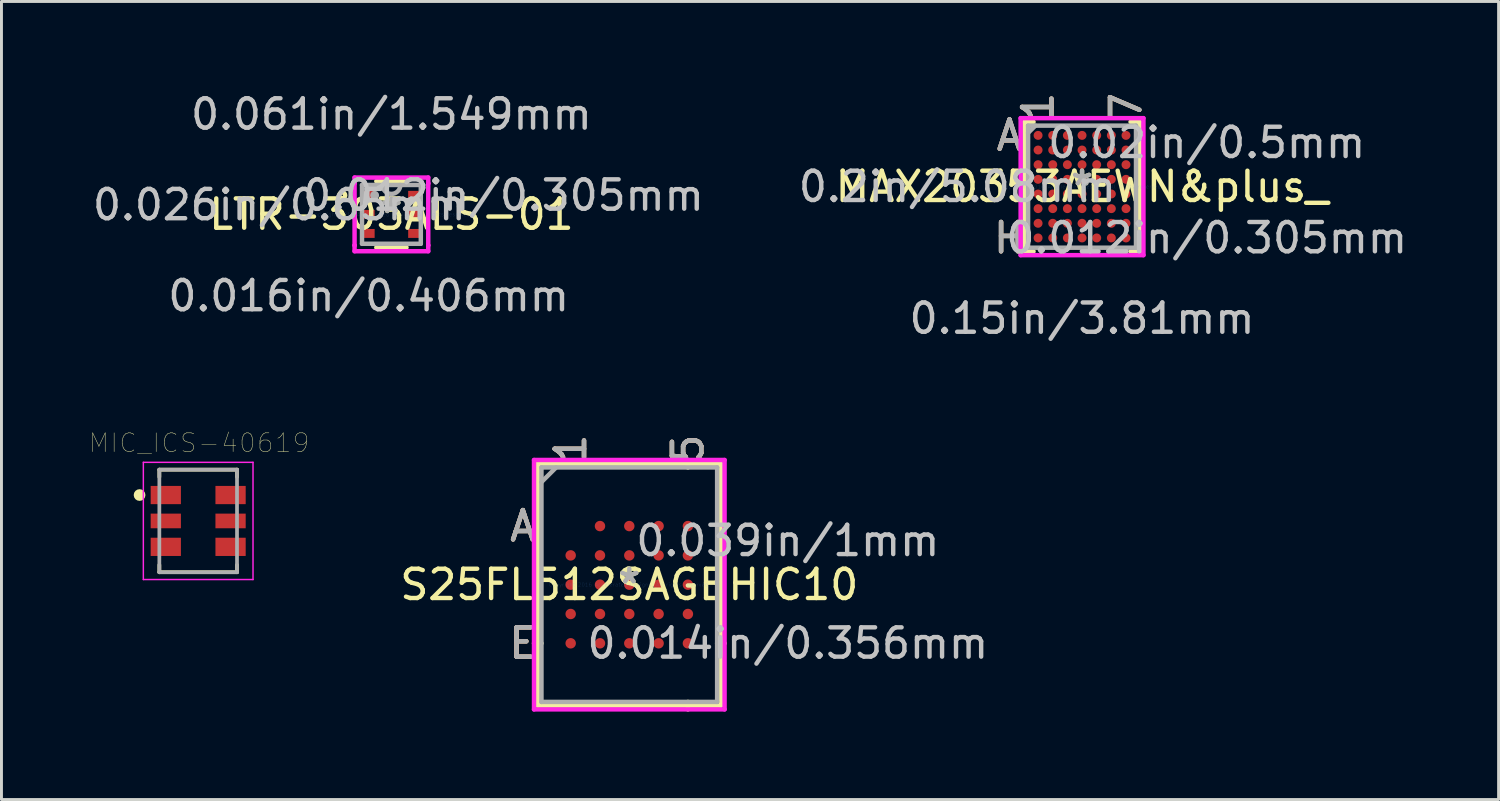
<source format=kicad_pcb>
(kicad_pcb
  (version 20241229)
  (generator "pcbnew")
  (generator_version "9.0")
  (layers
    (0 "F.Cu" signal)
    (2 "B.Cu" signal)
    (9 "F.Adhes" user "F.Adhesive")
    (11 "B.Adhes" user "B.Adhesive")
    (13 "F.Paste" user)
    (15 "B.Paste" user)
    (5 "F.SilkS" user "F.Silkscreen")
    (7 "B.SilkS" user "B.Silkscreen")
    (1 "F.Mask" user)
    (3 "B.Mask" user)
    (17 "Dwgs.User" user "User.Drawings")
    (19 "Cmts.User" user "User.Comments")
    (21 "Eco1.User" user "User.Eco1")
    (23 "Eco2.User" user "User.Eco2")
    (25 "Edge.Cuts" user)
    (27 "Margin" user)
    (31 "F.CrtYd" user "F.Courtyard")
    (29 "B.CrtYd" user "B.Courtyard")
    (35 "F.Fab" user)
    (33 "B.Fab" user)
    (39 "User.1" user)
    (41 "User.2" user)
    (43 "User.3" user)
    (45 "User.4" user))
  (footprint "MAX20353AEWN&plus_"
    (layer "F.Cu")
    (at 33.87 3.319)
    (property "Reference" "MAX20353AEWN&plus_" (at 0 0 0) (layer "F.SilkS") (effects (font (size 1 1) (thickness 0.15))))
    (attr through_hole)
    (fp_line (start -1.968 -2.21) (end -1.968 2.21) (stroke (width 0.152) (type solid)) (layer "F.SilkS"))
    (fp_line (start -1.968 2.21) (end -1.655 2.21) (stroke (width 0.152) (type solid)) (layer "F.SilkS"))
    (fp_line (start -1.655 -2.21) (end -1.968 -2.21) (stroke (width 0.152) (type solid)) (layer "F.SilkS"))
    (fp_line (start 1.655 2.21) (end 1.968 2.21) (stroke (width 0.152) (type solid)) (layer "F.SilkS"))
    (fp_line (start 1.968 -2.21) (end 1.655 -2.21) (stroke (width 0.152) (type solid)) (layer "F.SilkS"))
    (fp_line (start 1.968 2.21) (end 1.968 -2.21) (stroke (width 0.152) (type solid)) (layer "F.SilkS"))
    (fp_line (start -2.095 -2.337) (end 2.095 -2.337) (stroke (width 0.152) (type solid)) (layer "F.CrtYd"))
    (fp_line (start -2.095 2.337) (end -2.095 -2.337) (stroke (width 0.152) (type solid)) (layer "F.CrtYd"))
    (fp_line (start 2.095 -2.337) (end 2.095 2.337) (stroke (width 0.152) (type solid)) (layer "F.CrtYd"))
    (fp_line (start 2.095 2.337) (end -2.095 2.337) (stroke (width 0.152) (type solid)) (layer "F.CrtYd"))
    (fp_line (start -1.841 -2.083) (end -1.841 2.083) (stroke (width 0.152) (type solid)) (layer "F.Fab"))
    (fp_line (start -1.841 2.083) (end 1.841 2.083) (stroke (width 0.152) (type solid)) (layer "F.Fab"))
    (fp_line (start -1.591 -2.083) (end -1.841 -1.833) (stroke (width 0.152) (type solid)) (layer "F.Fab"))
    (fp_line (start 1.841 -2.083) (end -1.841 -2.083) (stroke (width 0.152) (type solid)) (layer "F.Fab"))
    (fp_line (start 1.841 2.083) (end 1.841 -2.083) (stroke (width 0.152) (type solid)) (layer "F.Fab"))
    (fp_text user "*" (at 0 0 0) (layer "F.SilkS") (effects (font (size 1 1) (thickness 0.15))))
    (fp_text user "1" (at -1.5 -2.718 90) (layer "F.SilkS") (effects (font (size 1 1) (thickness 0.15))))
    (fp_text user "7" (at 1.5 -2.718 90) (layer "F.SilkS") (effects (font (size 1 1) (thickness 0.15))))
    (fp_text user "H" (at -2.477 1.75 0) (layer "F.SilkS") (effects (font (size 1 1) (thickness 0.15))))
    (fp_text user "A" (at -2.477 -1.75 0) (layer "F.SilkS") (effects (font (size 1 1) (thickness 0.15))))
    (fp_text user "7" (at 1.5 -2.718 90) (layer "B.SilkS") (effects (font (size 1 1) (thickness 0.15))))
    (fp_text user "H" (at -2.477 1.75 0) (layer "B.SilkS") (effects (font (size 1 1) (thickness 0.15))))
    (fp_text user "1" (at -1.5 -2.718 90) (layer "B.SilkS") (effects (font (size 1 1) (thickness 0.15))))
    (fp_text user "A" (at -2.477 -1.75 0) (layer "B.SilkS") (effects (font (size 1 1) (thickness 0.15))))
    (fp_text user "0.02in/0.5mm" (at 4.255 -1.5 0) (layer "Dwgs.User") (effects (font (size 1 1) (thickness 0.15))))
    (fp_text user "0.012in/0.305mm" (at 4.255 1.75 0) (layer "Dwgs.User") (effects (font (size 1 1) (thickness 0.15))))
    (fp_text user "0.15in/3.81mm" (at 0 4.496 0) (layer "Dwgs.User") (effects (font (size 1 1) (thickness 0.15))))
    (fp_text user "0.2in/5.08mm" (at -4.255 0 0) (layer "Dwgs.User") (effects (font (size 1 1) (thickness 0.15))))
    (fp_text user "Copyright 2016 Accelerated Designs. All rights reserved." (at 0 0 0) (layer "Cmts.User") (effects (font (size 0.127 0.127) (thickness 0.002))))
    (fp_text user "*" (at 0 0 0) (layer "F.Fab") (effects (font (size 1 1) (thickness 0.15))))
    (fp_text user "7" (at 1.5 -2.718 90) (layer "F.Fab") (effects (font (size 1 1) (thickness 0.15))))
    (fp_text user "H" (at -2.477 1.75 0) (layer "F.Fab") (effects (font (size 1 1) (thickness 0.15))))
    (fp_text user "1" (at -1.5 -2.718 90) (layer "F.Fab") (effects (font (size 1 1) (thickness 0.15))))
    (fp_text user "A" (at -2.477 -1.75 0) (layer "F.Fab") (effects (font (size 1 1) (thickness 0.15))))
    (pad "A1" smd circle (at -1.5 -1.75) (size 0.305 0.305) (layers "F.Cu" "F.Mask" "F.Paste"))
    (pad "A2" smd circle (at -1 -1.75) (size 0.305 0.305) (layers "F.Cu" "F.Mask" "F.Paste"))
    (pad "A3" smd circle (at -0.5 -1.75) (size 0.305 0.305) (layers "F.Cu" "F.Mask" "F.Paste"))
    (pad "A4" smd circle (at 0 -1.75) (size 0.305 0.305) (layers "F.Cu" "F.Mask" "F.Paste"))
    (pad "A5" smd circle (at 0.5 -1.75) (size 0.305 0.305) (layers "F.Cu" "F.Mask" "F.Paste"))
    (pad "A6" smd circle (at 1 -1.75) (size 0.305 0.305) (layers "F.Cu" "F.Mask" "F.Paste"))
    (pad "A7" smd circle (at 1.5 -1.75) (size 0.305 0.305) (layers "F.Cu" "F.Mask" "F.Paste"))
    (pad "B1" smd circle (at -1.5 -1.25) (size 0.305 0.305) (layers "F.Cu" "F.Mask" "F.Paste"))
    (pad "B2" smd circle (at -1 -1.25) (size 0.305 0.305) (layers "F.Cu" "F.Mask" "F.Paste"))
    (pad "B3" smd circle (at -0.5 -1.25) (size 0.305 0.305) (layers "F.Cu" "F.Mask" "F.Paste"))
    (pad "B4" smd circle (at 0 -1.25) (size 0.305 0.305) (layers "F.Cu" "F.Mask" "F.Paste"))
    (pad "B5" smd circle (at 0.5 -1.25) (size 0.305 0.305) (layers "F.Cu" "F.Mask" "F.Paste"))
    (pad "B6" smd circle (at 1 -1.25) (size 0.305 0.305) (layers "F.Cu" "F.Mask" "F.Paste"))
    (pad "B7" smd circle (at 1.5 -1.25) (size 0.305 0.305) (layers "F.Cu" "F.Mask" "F.Paste"))
    (pad "C1" smd circle (at -1.5 -0.75) (size 0.305 0.305) (layers "F.Cu" "F.Mask" "F.Paste"))
    (pad "C2" smd circle (at -1 -0.75) (size 0.305 0.305) (layers "F.Cu" "F.Mask" "F.Paste"))
    (pad "C3" smd circle (at -0.5 -0.75) (size 0.305 0.305) (layers "F.Cu" "F.Mask" "F.Paste"))
    (pad "C4" smd circle (at 0 -0.75) (size 0.305 0.305) (layers "F.Cu" "F.Mask" "F.Paste"))
    (pad "C5" smd circle (at 0.5 -0.75) (size 0.305 0.305) (layers "F.Cu" "F.Mask" "F.Paste"))
    (pad "C6" smd circle (at 1 -0.75) (size 0.305 0.305) (layers "F.Cu" "F.Mask" "F.Paste"))
    (pad "C7" smd circle (at 1.5 -0.75) (size 0.305 0.305) (layers "F.Cu" "F.Mask" "F.Paste"))
    (pad "D1" smd circle (at -1.5 -0.25) (size 0.305 0.305) (layers "F.Cu" "F.Mask" "F.Paste"))
    (pad "D2" smd circle (at -1 -0.25) (size 0.305 0.305) (layers "F.Cu" "F.Mask" "F.Paste"))
    (pad "D3" smd circle (at -0.5 -0.25) (size 0.305 0.305) (layers "F.Cu" "F.Mask" "F.Paste"))
    (pad "D4" smd circle (at 0 -0.25) (size 0.305 0.305) (layers "F.Cu" "F.Mask" "F.Paste"))
    (pad "D5" smd circle (at 0.5 -0.25) (size 0.305 0.305) (layers "F.Cu" "F.Mask" "F.Paste"))
    (pad "D6" smd circle (at 1 -0.25) (size 0.305 0.305) (layers "F.Cu" "F.Mask" "F.Paste"))
    (pad "D7" smd circle (at 1.5 -0.25) (size 0.305 0.305) (layers "F.Cu" "F.Mask" "F.Paste"))
    (pad "E1" smd circle (at -1.5 0.25) (size 0.305 0.305) (layers "F.Cu" "F.Mask" "F.Paste"))
    (pad "E2" smd circle (at -1 0.25) (size 0.305 0.305) (layers "F.Cu" "F.Mask" "F.Paste"))
    (pad "E3" smd circle (at -0.5 0.25) (size 0.305 0.305) (layers "F.Cu" "F.Mask" "F.Paste"))
    (pad "E4" smd circle (at 0 0.25) (size 0.305 0.305) (layers "F.Cu" "F.Mask" "F.Paste"))
    (pad "E5" smd circle (at 0.5 0.25) (size 0.305 0.305) (layers "F.Cu" "F.Mask" "F.Paste"))
    (pad "E6" smd circle (at 1 0.25) (size 0.305 0.305) (layers "F.Cu" "F.Mask" "F.Paste"))
    (pad "E7" smd circle (at 1.5 0.25) (size 0.305 0.305) (layers "F.Cu" "F.Mask" "F.Paste"))
    (pad "F1" smd circle (at -1.5 0.75) (size 0.305 0.305) (layers "F.Cu" "F.Mask" "F.Paste"))
    (pad "F2" smd circle (at -1 0.75) (size 0.305 0.305) (layers "F.Cu" "F.Mask" "F.Paste"))
    (pad "F3" smd circle (at -0.5 0.75) (size 0.305 0.305) (layers "F.Cu" "F.Mask" "F.Paste"))
    (pad "F4" smd circle (at 0 0.75) (size 0.305 0.305) (layers "F.Cu" "F.Mask" "F.Paste"))
    (pad "F5" smd circle (at 0.5 0.75) (size 0.305 0.305) (layers "F.Cu" "F.Mask" "F.Paste"))
    (pad "F6" smd circle (at 1 0.75) (size 0.305 0.305) (layers "F.Cu" "F.Mask" "F.Paste"))
    (pad "F7" smd circle (at 1.5 0.75) (size 0.305 0.305) (layers "F.Cu" "F.Mask" "F.Paste"))
    (pad "G1" smd circle (at -1.5 1.25) (size 0.305 0.305) (layers "F.Cu" "F.Mask" "F.Paste"))
    (pad "G2" smd circle (at -1 1.25) (size 0.305 0.305) (layers "F.Cu" "F.Mask" "F.Paste"))
    (pad "G3" smd circle (at -0.5 1.25) (size 0.305 0.305) (layers "F.Cu" "F.Mask" "F.Paste"))
    (pad "G4" smd circle (at 0 1.25) (size 0.305 0.305) (layers "F.Cu" "F.Mask" "F.Paste"))
    (pad "G5" smd circle (at 0.5 1.25) (size 0.305 0.305) (layers "F.Cu" "F.Mask" "F.Paste"))
    (pad "G6" smd circle (at 1 1.25) (size 0.305 0.305) (layers "F.Cu" "F.Mask" "F.Paste"))
    (pad "G7" smd circle (at 1.5 1.25) (size 0.305 0.305) (layers "F.Cu" "F.Mask" "F.Paste"))
    (pad "H1" smd circle (at -1.5 1.75) (size 0.305 0.305) (layers "F.Cu" "F.Mask" "F.Paste"))
    (pad "H2" smd circle (at -1 1.75) (size 0.305 0.305) (layers "F.Cu" "F.Mask" "F.Paste"))
    (pad "H3" smd circle (at -0.5 1.75) (size 0.305 0.305) (layers "F.Cu" "F.Mask" "F.Paste"))
    (pad "H4" smd circle (at 0 1.75) (size 0.305 0.305) (layers "F.Cu" "F.Mask" "F.Paste"))
    (pad "H5" smd circle (at 0.5 1.75) (size 0.305 0.305) (layers "F.Cu" "F.Mask" "F.Paste"))
    (pad "H6" smd circle (at 1 1.75) (size 0.305 0.305) (layers "F.Cu" "F.Mask" "F.Paste"))
    (pad "H7" smd circle (at 1.5 1.75) (size 0.305 0.305) (layers "F.Cu" "F.Mask" "F.Paste")))
  (footprint "S25FL512SAGBHIC10"
    (layer "F.Cu")
    (at 18.422 16.9)
    (property "Reference" "S25FL512SAGBHIC10" (at 0 0 0) (layer "F.SilkS") (effects (font (size 1 1) (thickness 0.15))))
    (attr through_hole)
    (fp_line (start -3.124 -4.128) (end -3.124 4.128) (stroke (width 0.152) (type solid)) (layer "F.SilkS"))
    (fp_line (start -3.124 4.128) (end 3.124 4.128) (stroke (width 0.152) (type solid)) (layer "F.SilkS"))
    (fp_line (start -2.997 2) (end -3.251 2) (stroke (width 0.152) (type solid)) (layer "F.SilkS"))
    (fp_line (start 2 -4) (end 2 -4.255) (stroke (width 0.152) (type solid)) (layer "F.SilkS"))
    (fp_line (start 2 4) (end 2 4.255) (stroke (width 0.152) (type solid)) (layer "F.SilkS"))
    (fp_line (start 2.997 2) (end 3.251 2) (stroke (width 0.152) (type solid)) (layer "F.SilkS"))
    (fp_line (start 3.124 -4.128) (end -3.124 -4.128) (stroke (width 0.152) (type solid)) (layer "F.SilkS"))
    (fp_line (start 3.124 4.128) (end 3.124 -4.128) (stroke (width 0.152) (type solid)) (layer "F.SilkS"))
    (fp_line (start -3.251 -4.255) (end 3.251 -4.255) (stroke (width 0.152) (type solid)) (layer "F.CrtYd"))
    (fp_line (start -3.251 4.255) (end -3.251 -4.255) (stroke (width 0.152) (type solid)) (layer "F.CrtYd"))
    (fp_line (start 3.251 -4.255) (end 3.251 4.255) (stroke (width 0.152) (type solid)) (layer "F.CrtYd"))
    (fp_line (start 3.251 4.255) (end -3.251 4.255) (stroke (width 0.152) (type solid)) (layer "F.CrtYd"))
    (fp_line (start -2.997 -4) (end -2.997 4) (stroke (width 0.152) (type solid)) (layer "F.Fab"))
    (fp_line (start -2.997 4) (end 2.997 4) (stroke (width 0.152) (type solid)) (layer "F.Fab"))
    (fp_line (start -2.497 -4) (end -2.997 -3.501) (stroke (width 0.152) (type solid)) (layer "F.Fab"))
    (fp_line (start 2.997 -4) (end -2.997 -4) (stroke (width 0.152) (type solid)) (layer "F.Fab"))
    (fp_line (start 2.997 4) (end 2.997 -4) (stroke (width 0.152) (type solid)) (layer "F.Fab"))
    (fp_text user "*" (at 0 0 0) (layer "F.SilkS") (effects (font (size 1 1) (thickness 0.15))))
    (fp_text user "E" (at -3.632 2 0) (layer "F.SilkS") (effects (font (size 1 1) (thickness 0.15))))
    (fp_text user "1" (at -2 -4.636 90) (layer "F.SilkS") (effects (font (size 1 1) (thickness 0.15))))
    (fp_text user "5" (at 2 -4.636 90) (layer "F.SilkS") (effects (font (size 1 1) (thickness 0.15))))
    (fp_text user "A" (at -3.632 -2 0) (layer "F.SilkS") (effects (font (size 1 1) (thickness 0.15))))
    (fp_text user "E" (at -3.632 2 0) (layer "B.SilkS") (effects (font (size 1 1) (thickness 0.15))))
    (fp_text user "5" (at 2 -4.636 90) (layer "B.SilkS") (effects (font (size 1 1) (thickness 0.15))))
    (fp_text user "A" (at -3.632 -2 0) (layer "B.SilkS") (effects (font (size 1 1) (thickness 0.15))))
    (fp_text user "1" (at -2 -4.636 90) (layer "B.SilkS") (effects (font (size 1 1) (thickness 0.15))))
    (fp_text user "0.039in/1mm" (at 5.41 -1.5 0) (layer "Dwgs.User") (effects (font (size 1 1) (thickness 0.15))))
    (fp_text user "0.014in/0.356mm" (at 5.41 2 0) (layer "Dwgs.User") (effects (font (size 1 1) (thickness 0.15))))
    (fp_text user "Copyright 2016 Accelerated Designs. All rights reserved." (at 0 0 0) (layer "Cmts.User") (effects (font (size 0.127 0.127) (thickness 0.002))))
    (fp_text user "1" (at -2 -4.636 90) (layer "F.Fab") (effects (font (size 1 1) (thickness 0.15))))
    (fp_text user "5" (at 2 -4.636 90) (layer "F.Fab") (effects (font (size 1 1) (thickness 0.15))))
    (fp_text user "E" (at -3.632 2 0) (layer "F.Fab") (effects (font (size 1 1) (thickness 0.15))))
    (fp_text user "A" (at -3.632 -2 0) (layer "F.Fab") (effects (font (size 1 1) (thickness 0.15))))
    (fp_text user "*" (at 0 0 0) (layer "F.Fab") (effects (font (size 1 1) (thickness 0.15))))
    (pad "A2" smd circle (at -1 -2) (size 0.356 0.356) (layers "F.Cu" "F.Mask" "F.Paste"))
    (pad "A3" smd circle (at 0 -2) (size 0.356 0.356) (layers "F.Cu" "F.Mask" "F.Paste"))
    (pad "A4" smd circle (at 1 -2) (size 0.356 0.356) (layers "F.Cu" "F.Mask" "F.Paste"))
    (pad "A5" smd circle (at 2 -2) (size 0.356 0.356) (layers "F.Cu" "F.Mask" "F.Paste"))
    (pad "B1" smd circle (at -2 -1) (size 0.356 0.356) (layers "F.Cu" "F.Mask" "F.Paste"))
    (pad "B2" smd circle (at -1 -1) (size 0.356 0.356) (layers "F.Cu" "F.Mask" "F.Paste"))
    (pad "B3" smd circle (at 0 -1) (size 0.356 0.356) (layers "F.Cu" "F.Mask" "F.Paste"))
    (pad "B4" smd circle (at 1 -1) (size 0.356 0.356) (layers "F.Cu" "F.Mask" "F.Paste"))
    (pad "B5" smd circle (at 2 -1) (size 0.356 0.356) (layers "F.Cu" "F.Mask" "F.Paste"))
    (pad "C1" smd circle (at -2 0) (size 0.356 0.356) (layers "F.Cu" "F.Mask" "F.Paste"))
    (pad "C2" smd circle (at -1 0) (size 0.356 0.356) (layers "F.Cu" "F.Mask" "F.Paste"))
    (pad "C3" smd circle (at 0 0) (size 0.356 0.356) (layers "F.Cu" "F.Mask" "F.Paste"))
    (pad "C4" smd circle (at 1 0) (size 0.356 0.356) (layers "F.Cu" "F.Mask" "F.Paste"))
    (pad "C5" smd circle (at 2 0) (size 0.356 0.356) (layers "F.Cu" "F.Mask" "F.Paste"))
    (pad "D1" smd circle (at -2 1) (size 0.356 0.356) (layers "F.Cu" "F.Mask" "F.Paste"))
    (pad "D2" smd circle (at -1 1) (size 0.356 0.356) (layers "F.Cu" "F.Mask" "F.Paste"))
    (pad "D3" smd circle (at 0 1) (size 0.356 0.356) (layers "F.Cu" "F.Mask" "F.Paste"))
    (pad "D4" smd circle (at 1 1) (size 0.356 0.356) (layers "F.Cu" "F.Mask" "F.Paste"))
    (pad "D5" smd circle (at 2 1) (size 0.356 0.356) (layers "F.Cu" "F.Mask" "F.Paste"))
    (pad "E1" smd circle (at -2 2) (size 0.356 0.356) (layers "F.Cu" "F.Mask" "F.Paste"))
    (pad "E2" smd circle (at -1 2) (size 0.356 0.356) (layers "F.Cu" "F.Mask" "F.Paste"))
    (pad "E3" smd circle (at 0 2) (size 0.356 0.356) (layers "F.Cu" "F.Mask" "F.Paste"))
    (pad "E4" smd circle (at 1 2) (size 0.356 0.356) (layers "F.Cu" "F.Mask" "F.Paste"))
    (pad "E5" smd circle (at 2 2) (size 0.356 0.356) (layers "F.Cu" "F.Mask" "F.Paste")))
  (footprint "MIC_ICS-40619"
    (layer "F.Cu")
    (at 3.712 14.725)
    (property "Reference" "MIC_ICS-40619" (at 0.032 -2.661 0) (layer "F.SilkS") (effects (font (size 0.641 0.641) (thickness 0.015))))
    (attr through_hole)
    (fp_line (start -1.325 -1.75) (end -1.325 -1.5) (stroke (width 0.127) (type solid)) (layer "F.SilkS"))
    (fp_line (start -1.325 1.5) (end -1.325 1.75) (stroke (width 0.127) (type solid)) (layer "F.SilkS"))
    (fp_line (start -1.325 1.75) (end 1.325 1.75) (stroke (width 0.127) (type solid)) (layer "F.SilkS"))
    (fp_line (start 1.325 -1.75) (end -1.325 -1.75) (stroke (width 0.127) (type solid)) (layer "F.SilkS"))
    (fp_line (start 1.325 -1.75) (end 1.325 -1.5) (stroke (width 0.127) (type solid)) (layer "F.SilkS"))
    (fp_line (start 1.325 1.75) (end 1.325 1.5) (stroke (width 0.127) (type solid)) (layer "F.SilkS"))
    (fp_circle (center -2 -0.884) (end -1.9 -0.884) (stroke (width 0.2) (type solid)) (fill no) (layer "F.SilkS"))
    (fp_poly (pts (xy -1.368 0.418) (xy -0.844 0.418) (xy -0.844 1.352) (xy -1.368 1.352)) (stroke (width 0.01) (type solid)) (fill yes) (layer "F.Paste"))
    (fp_poly (pts (xy -1.367 -1.35) (xy -0.844 -1.35) (xy -0.844 -0.418) (xy -1.367 -0.418)) (stroke (width 0.01) (type solid)) (fill yes) (layer "F.Paste"))
    (fp_poly (pts (xy -1.307 -0.466) (xy -0.905 -0.466) (xy -0.905 0.467) (xy -1.307 0.467)) (stroke (width 0.01) (type solid)) (fill yes) (layer "F.Paste"))
    (fp_poly (pts (xy 0.844 -1.35) (xy 1.366 -1.35) (xy 1.366 -0.418) (xy 0.844 -0.418)) (stroke (width 0.01) (type solid)) (fill yes) (layer "F.Paste"))
    (fp_poly (pts (xy 0.846 0.418) (xy 1.366 0.418) (xy 1.366 1.352) (xy 0.846 1.352)) (stroke (width 0.01) (type solid)) (fill yes) (layer "F.Paste"))
    (fp_poly (pts (xy 0.905 -0.466) (xy 1.305 -0.466) (xy 1.305 0.466) (xy 0.905 0.466)) (stroke (width 0.01) (type solid)) (fill yes) (layer "F.Paste"))
    (fp_line (start -1.871 -2) (end 1.871 -2) (stroke (width 0.05) (type solid)) (layer "F.CrtYd"))
    (fp_line (start -1.871 2) (end -1.871 -2) (stroke (width 0.05) (type solid)) (layer "F.CrtYd"))
    (fp_line (start 1.871 -2) (end 1.871 2) (stroke (width 0.05) (type solid)) (layer "F.CrtYd"))
    (fp_line (start 1.871 2) (end -1.871 2) (stroke (width 0.05) (type solid)) (layer "F.CrtYd"))
    (fp_line (start -1.325 -1.75) (end 1.325 -1.75) (stroke (width 0.127) (type solid)) (layer "F.Fab"))
    (fp_line (start -1.325 1.75) (end -1.325 -1.75) (stroke (width 0.127) (type solid)) (layer "F.Fab"))
    (fp_line (start 1.325 -1.75) (end 1.325 1.75) (stroke (width 0.127) (type solid)) (layer "F.Fab"))
    (fp_line (start 1.325 1.75) (end -1.325 1.75) (stroke (width 0.127) (type solid)) (layer "F.Fab"))
    (pad "1" smd rect (at -1.105 -0.884) (size 1.032 0.622) (layers "F.Cu" "F.Mask"))
    (pad "2" smd rect (at -1.105 0) (size 1.032 0.5) (layers "F.Cu" "F.Mask"))
    (pad "3" smd rect (at -1.105 0.884) (size 1.032 0.622) (layers "F.Cu" "F.Mask"))
    (pad "4" smd rect (at 1.105 0.884) (size 1.032 0.622) (layers "F.Cu" "F.Mask"))
    (pad "5" smd rect (at 1.105 0) (size 1.032 0.5) (layers "F.Cu" "F.Mask"))
    (pad "6" smd rect (at 1.105 -0.884) (size 1.032 0.622) (layers "F.Cu" "F.Mask")))
  (footprint "LTR-303ALS-01"
    (layer "F.Cu")
    (at 10.305 4.265)
    (property "Reference" "LTR-303ALS-01" (at 0 0 0) (layer "F.SilkS") (effects (font (size 1 1) (thickness 0.15))))
    (attr through_hole)
    (fp_line (start -0.515 1.13) (end 0.515 1.13) (stroke (width 0.152) (type solid)) (layer "F.SilkS"))
    (fp_line (start 0.515 -1.13) (end -0.515 -1.13) (stroke (width 0.152) (type solid)) (layer "F.SilkS"))
    (fp_circle (center -1.679 -0.65) (end -1.577 -0.65) (stroke (width 0.152) (type solid)) (fill no) (layer "F.SilkS"))
    (fp_line (start -1.257 -1.257) (end 1.257 -1.257) (stroke (width 0.152) (type solid)) (layer "F.CrtYd"))
    (fp_line (start -1.257 -1.056) (end -1.257 -1.257) (stroke (width 0.152) (type solid)) (layer "F.CrtYd"))
    (fp_line (start -1.257 -1.056) (end -1.257 -1.056) (stroke (width 0.152) (type solid)) (layer "F.CrtYd"))
    (fp_line (start -1.257 1.056) (end -1.257 -1.056) (stroke (width 0.152) (type solid)) (layer "F.CrtYd"))
    (fp_line (start -1.257 1.056) (end -1.257 1.056) (stroke (width 0.152) (type solid)) (layer "F.CrtYd"))
    (fp_line (start -1.257 1.257) (end -1.257 1.056) (stroke (width 0.152) (type solid)) (layer "F.CrtYd"))
    (fp_line (start 1.257 -1.257) (end 1.257 -1.056) (stroke (width 0.152) (type solid)) (layer "F.CrtYd"))
    (fp_line (start 1.257 -1.056) (end 1.257 -1.056) (stroke (width 0.152) (type solid)) (layer "F.CrtYd"))
    (fp_line (start 1.257 -1.056) (end 1.257 1.056) (stroke (width 0.152) (type solid)) (layer "F.CrtYd"))
    (fp_line (start 1.257 1.056) (end 1.257 1.056) (stroke (width 0.152) (type solid)) (layer "F.CrtYd"))
    (fp_line (start 1.257 1.056) (end 1.257 1.257) (stroke (width 0.152) (type solid)) (layer "F.CrtYd"))
    (fp_line (start 1.257 1.257) (end -1.257 1.257) (stroke (width 0.152) (type solid)) (layer "F.CrtYd"))
    (fp_line (start -1.003 -1.003) (end -1.003 1.003) (stroke (width 0.152) (type solid)) (layer "F.Fab"))
    (fp_line (start -1.003 1.003) (end 1.003 1.003) (stroke (width 0.152) (type solid)) (layer "F.Fab"))
    (fp_line (start 1.003 -1.003) (end -1.003 -1.003) (stroke (width 0.152) (type solid)) (layer "F.Fab"))
    (fp_line (start 1.003 1.003) (end 1.003 -1.003) (stroke (width 0.152) (type solid)) (layer "F.Fab"))
    (fp_arc (start 0.3048 -1.0033) (mid 0 -0.6985) (end -0.3048 -1.0033) (stroke (width 0.1524) (type solid)) (layer "F.Fab"))
    (fp_circle (center -0.572 -0.65) (end -0.495 -0.65) (stroke (width 0.152) (type solid)) (fill no) (layer "F.Fab"))
    (fp_text user "*" (at 0 0 0) (layer "F.SilkS") (effects (font (size 1 1) (thickness 0.15))))
    (fp_text user "0.026in/0.65mm" (at -3.823 -0.325 0) (layer "Dwgs.User") (effects (font (size 1 1) (thickness 0.15))))
    (fp_text user "0.016in/0.406mm" (at -0.775 2.781 0) (layer "Dwgs.User") (effects (font (size 1 1) (thickness 0.15))))
    (fp_text user "0.012in/0.305mm" (at 3.823 -0.65 0) (layer "Dwgs.User") (effects (font (size 1 1) (thickness 0.15))))
    (fp_text user "0.061in/1.549mm" (at 0 -3.416 0) (layer "Dwgs.User") (effects (font (size 1 1) (thickness 0.15))))
    (fp_text user "Copyright 2016 Accelerated Designs. All rights reserved." (at 0 0 0) (layer "Cmts.User") (effects (font (size 0.127 0.127) (thickness 0.002))))
    (fp_text user "*" (at 0 0 0) (layer "F.Fab") (effects (font (size 1 1) (thickness 0.15))))
    (pad "1" smd rect (at -0.775 -0.65) (size 0.406 0.305) (layers "F.Cu" "F.Mask" "F.Paste"))
    (pad "2" smd rect (at -0.775 0) (size 0.406 0.305) (layers "F.Cu" "F.Mask" "F.Paste"))
    (pad "3" smd rect (at -0.775 0.65) (size 0.406 0.305) (layers "F.Cu" "F.Mask" "F.Paste"))
    (pad "4" smd rect (at 0.775 0.65) (size 0.406 0.305) (layers "F.Cu" "F.Mask" "F.Paste"))
    (pad "5" smd rect (at 0.775 0) (size 0.406 0.305) (layers "F.Cu" "F.Mask" "F.Paste"))
    (pad "6" smd rect (at 0.775 -0.65) (size 0.406 0.305) (layers "F.Cu" "F.Mask" "F.Paste")))
  (gr_rect
    (start -3 -3)
    (end 48.083 24.23)
    (stroke (width 0.1) (type default))
    (fill no)
    (layer "Edge.Cuts")))
</source>
